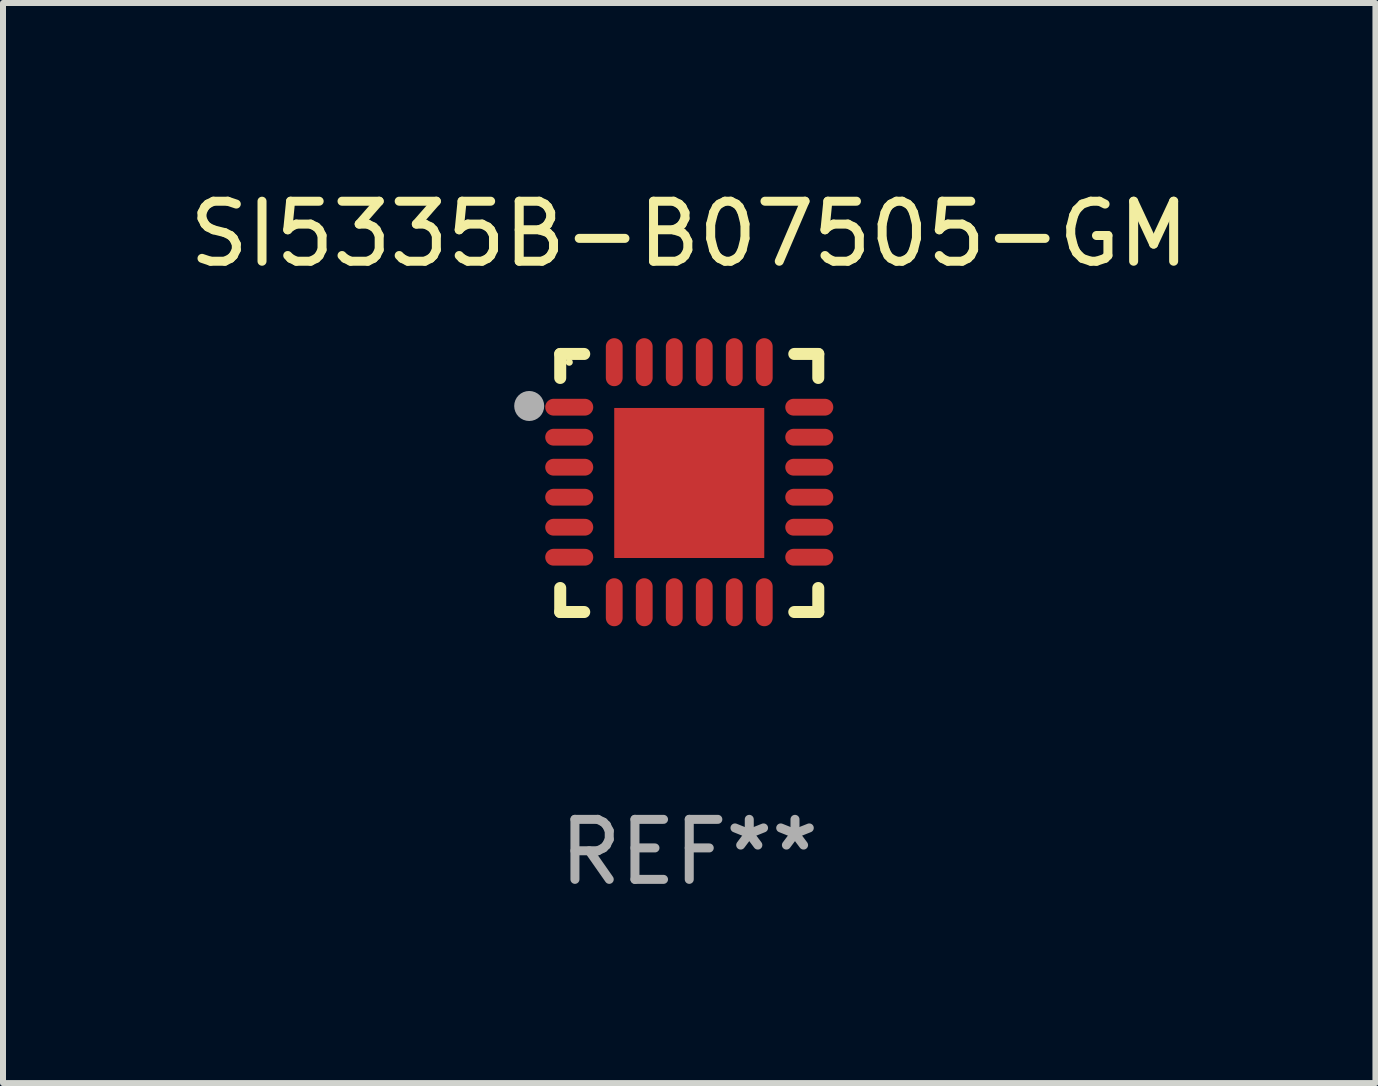
<source format=kicad_pcb>
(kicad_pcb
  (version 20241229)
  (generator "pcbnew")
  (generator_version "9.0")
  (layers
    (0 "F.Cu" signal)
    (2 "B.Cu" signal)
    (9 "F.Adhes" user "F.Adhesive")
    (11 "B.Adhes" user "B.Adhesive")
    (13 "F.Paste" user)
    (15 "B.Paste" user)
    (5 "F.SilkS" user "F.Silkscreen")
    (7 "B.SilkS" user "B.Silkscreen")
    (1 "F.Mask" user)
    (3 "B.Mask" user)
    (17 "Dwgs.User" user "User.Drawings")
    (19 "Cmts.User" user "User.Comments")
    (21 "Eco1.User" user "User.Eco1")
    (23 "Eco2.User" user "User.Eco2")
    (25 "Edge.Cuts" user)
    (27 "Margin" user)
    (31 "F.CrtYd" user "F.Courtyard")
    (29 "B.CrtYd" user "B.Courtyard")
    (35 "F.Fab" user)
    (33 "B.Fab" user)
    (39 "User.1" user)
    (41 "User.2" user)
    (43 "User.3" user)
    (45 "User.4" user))
  (footprint "SI5335B-B07505-GM"
    (layer "F.Cu")
    (at 8.435 4.998)
    (property "Reference" "SI5335B-B07505-GM" (at 0 -4.15 0) (layer "F.SilkS") (effects (font (size 1 1) (thickness 0.15))))
    (attr through_hole)
    (fp_line (start -2.15 -2.15) (end -1.75 -2.15) (stroke (width 0.2) (type solid)) (layer "F.SilkS"))
    (fp_line (start -2.15 -1.75) (end -2.15 -2.15) (stroke (width 0.2) (type solid)) (layer "F.SilkS"))
    (fp_line (start -2.15 2.15) (end -2.15 1.75) (stroke (width 0.2) (type solid)) (layer "F.SilkS"))
    (fp_line (start -1.75 2.15) (end -2.15 2.15) (stroke (width 0.2) (type solid)) (layer "F.SilkS"))
    (fp_line (start 1.75 -2.15) (end 2.15 -2.15) (stroke (width 0.2) (type solid)) (layer "F.SilkS"))
    (fp_line (start 1.75 2.15) (end 2.15 2.15) (stroke (width 0.2) (type solid)) (layer "F.SilkS"))
    (fp_line (start 2.15 -2.15) (end 2.15 -1.75) (stroke (width 0.2) (type solid)) (layer "F.SilkS"))
    (fp_line (start 2.15 2.15) (end 2.15 1.75) (stroke (width 0.2) (type solid)) (layer "F.SilkS"))
    (fp_circle (center -2 -2.013) (end -1.97 -2.013) (stroke (width 0.06) (type solid)) (fill no) (layer "F.SilkS"))
    (fp_circle (center -2.667 -1.283) (end -2.542 -1.283) (stroke (width 0.25) (type solid)) (fill no) (layer "F.Fab"))
    (fp_text user "REF**" (at 0 6.15 0) (layer "F.Fab") (effects (font (size 1 1) (thickness 0.15))))
    (pad "1" smd oval (at -2 -1.263) (size 0.8 0.28) (layers "F.Cu" "F.Mask" "F.Paste"))
    (pad "2" smd oval (at -2 -0.763) (size 0.8 0.28) (layers "F.Cu" "F.Mask" "F.Paste"))
    (pad "3" smd oval (at -2 -0.263) (size 0.8 0.28) (layers "F.Cu" "F.Mask" "F.Paste"))
    (pad "4" smd oval (at -2 0.237) (size 0.8 0.28) (layers "F.Cu" "F.Mask" "F.Paste"))
    (pad "5" smd oval (at -2 0.737) (size 0.8 0.28) (layers "F.Cu" "F.Mask" "F.Paste"))
    (pad "6" smd oval (at -2 1.237) (size 0.8 0.28) (layers "F.Cu" "F.Mask" "F.Paste"))
    (pad "7" smd oval (at -1.25 1.987) (size 0.28 0.8) (layers "F.Cu" "F.Mask" "F.Paste"))
    (pad "8" smd oval (at -0.75 1.987) (size 0.28 0.8) (layers "F.Cu" "F.Mask" "F.Paste"))
    (pad "9" smd oval (at -0.25 1.987) (size 0.28 0.8) (layers "F.Cu" "F.Mask" "F.Paste"))
    (pad "10" smd oval (at 0.25 1.987) (size 0.28 0.8) (layers "F.Cu" "F.Mask" "F.Paste"))
    (pad "11" smd oval (at 0.75 1.987) (size 0.28 0.8) (layers "F.Cu" "F.Mask" "F.Paste"))
    (pad "12" smd oval (at 1.25 1.987) (size 0.28 0.8) (layers "F.Cu" "F.Mask" "F.Paste"))
    (pad "13" smd oval (at 2 1.237) (size 0.8 0.28) (layers "F.Cu" "F.Mask" "F.Paste"))
    (pad "14" smd oval (at 2 0.737) (size 0.8 0.28) (layers "F.Cu" "F.Mask" "F.Paste"))
    (pad "15" smd oval (at 2 0.237) (size 0.8 0.28) (layers "F.Cu" "F.Mask" "F.Paste"))
    (pad "16" smd oval (at 2 -0.263) (size 0.8 0.28) (layers "F.Cu" "F.Mask" "F.Paste"))
    (pad "17" smd oval (at 2 -0.763) (size 0.8 0.28) (layers "F.Cu" "F.Mask" "F.Paste"))
    (pad "18" smd oval (at 2 -1.263) (size 0.8 0.28) (layers "F.Cu" "F.Mask" "F.Paste"))
    (pad "19" smd oval (at 1.25 -2.013) (size 0.28 0.8) (layers "F.Cu" "F.Mask" "F.Paste"))
    (pad "20" smd oval (at 0.75 -2.013) (size 0.28 0.8) (layers "F.Cu" "F.Mask" "F.Paste"))
    (pad "21" smd oval (at 0.25 -2.013) (size 0.28 0.8) (layers "F.Cu" "F.Mask" "F.Paste"))
    (pad "22" smd oval (at -0.25 -2.013) (size 0.28 0.8) (layers "F.Cu" "F.Mask" "F.Paste"))
    (pad "23" smd oval (at -0.75 -2.013) (size 0.28 0.8) (layers "F.Cu" "F.Mask" "F.Paste"))
    (pad "24" smd oval (at -1.25 -2.013) (size 0.28 0.8) (layers "F.Cu" "F.Mask" "F.Paste"))
    (pad "25" smd rect (at -0.000127 -0.00014) (size 2.5 2.5) (layers "F.Cu" "F.Mask" "F.Paste")))
  (gr_rect
    (start -3 -3)
    (end 19.869 14.997)
    (stroke (width 0.1) (type default))
    (fill no)
    (layer "Edge.Cuts")))
</source>
